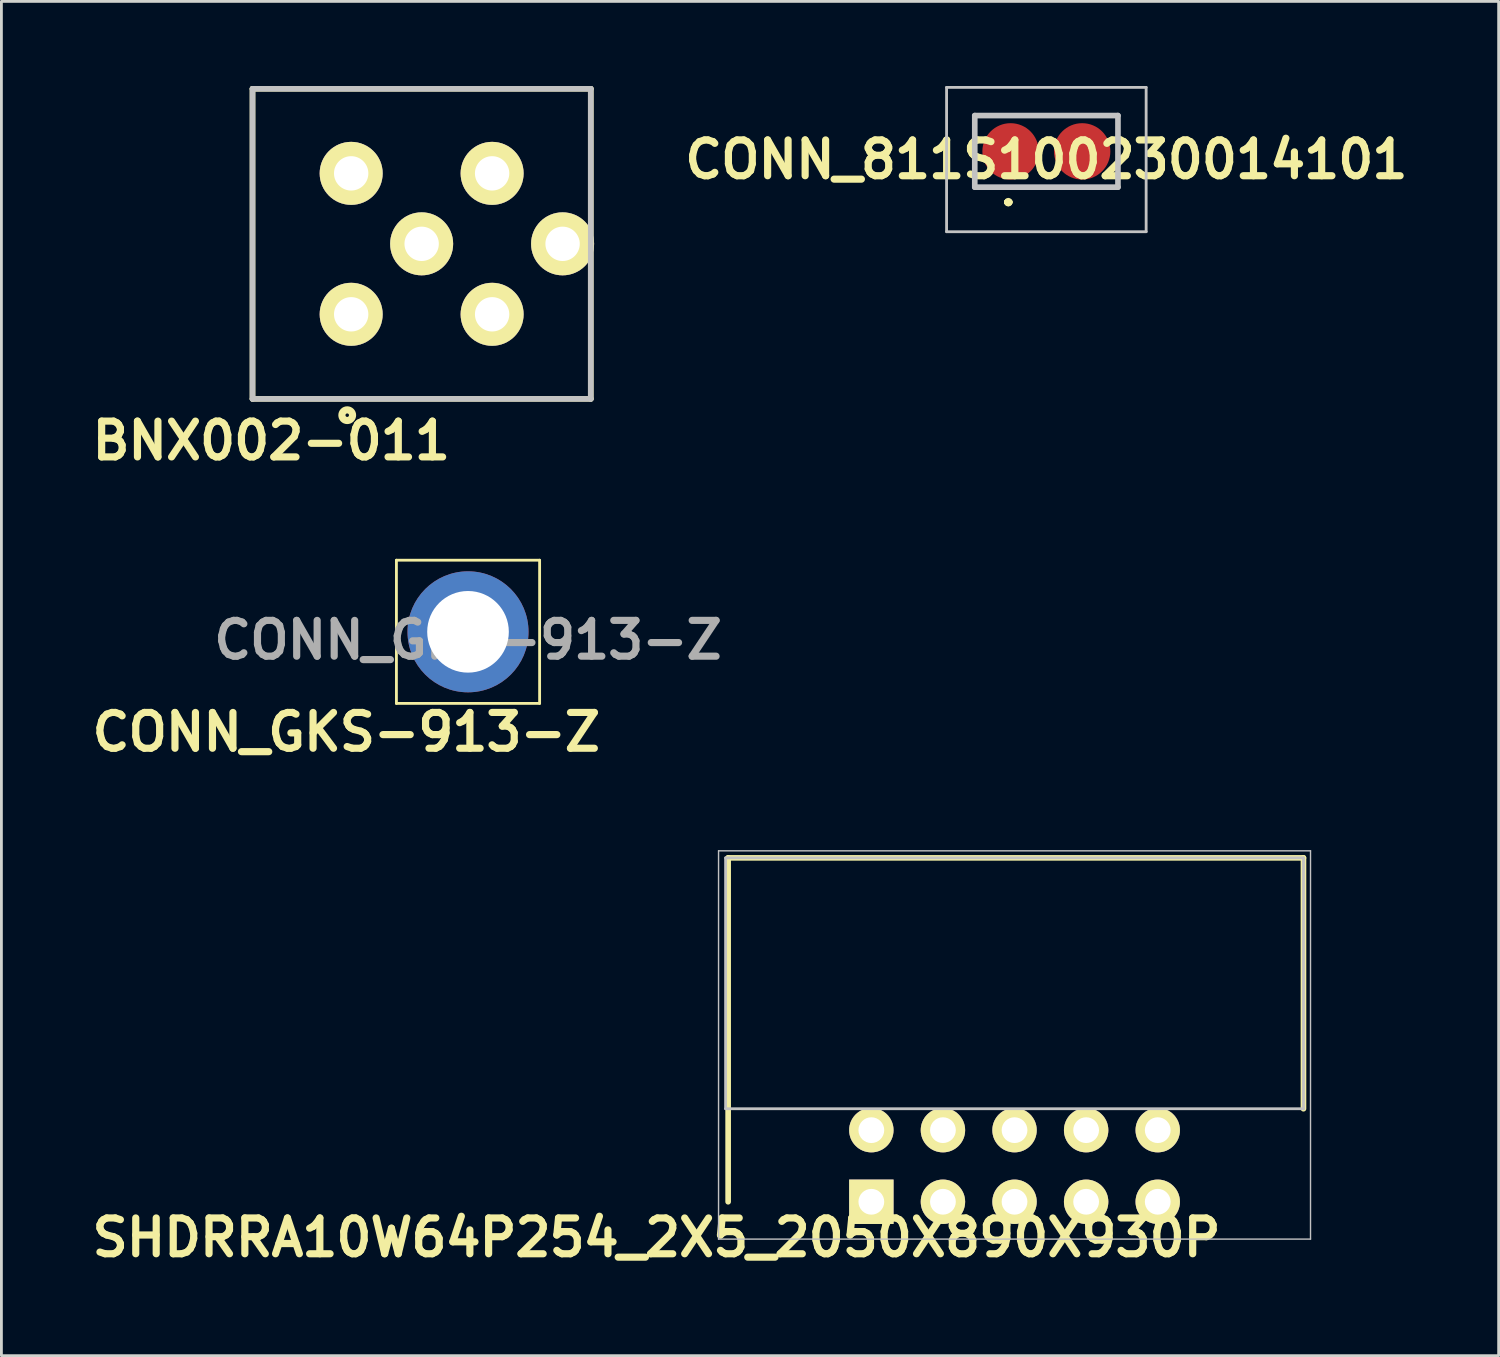
<source format=kicad_pcb>
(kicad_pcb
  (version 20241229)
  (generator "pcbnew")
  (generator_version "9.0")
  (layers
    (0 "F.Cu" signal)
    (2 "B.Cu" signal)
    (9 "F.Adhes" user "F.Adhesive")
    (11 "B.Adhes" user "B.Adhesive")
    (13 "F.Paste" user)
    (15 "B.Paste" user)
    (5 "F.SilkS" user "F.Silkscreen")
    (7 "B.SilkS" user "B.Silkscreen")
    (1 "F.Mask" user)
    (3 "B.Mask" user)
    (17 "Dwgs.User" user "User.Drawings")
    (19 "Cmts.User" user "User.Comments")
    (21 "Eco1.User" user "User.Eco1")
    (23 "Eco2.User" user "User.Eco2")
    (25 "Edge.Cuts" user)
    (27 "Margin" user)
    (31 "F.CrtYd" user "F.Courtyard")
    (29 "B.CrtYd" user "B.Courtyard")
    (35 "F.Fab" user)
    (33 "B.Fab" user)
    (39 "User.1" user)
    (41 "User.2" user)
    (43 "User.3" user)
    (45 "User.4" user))
  (footprint "SHDRRA10W64P254_2X5_2050X890X930P"
    (layer "F.Cu")
    (at 27.861 39.583)
    (property "Reference" "SHDRRA10W64P254_2X5_2050X890X930P" (at -7.62 1.27 0) (layer "F.SilkS") (effects (font (size 1.27 1.27) (thickness 0.254))))
    (attr through_hole)
    (fp_line (start -5.08 -12.2) (end 15.33 -12.2) (stroke (width 0.2) (type solid)) (layer "F.SilkS"))
    (fp_line (start -5.08 0) (end -5.08 -12.2) (stroke (width 0.2) (type solid)) (layer "F.SilkS"))
    (fp_line (start 15.33 -12.2) (end 15.33 -3.3) (stroke (width 0.2) (type solid)) (layer "F.SilkS"))
    (fp_line (start -5.42 -12.45) (end -5.42 1.325) (stroke (width 0.05) (type solid)) (layer "Dwgs.User"))
    (fp_line (start -5.42 1.325) (end 15.58 1.325) (stroke (width 0.05) (type solid)) (layer "Dwgs.User"))
    (fp_line (start -5.17 -12.2) (end 15.33 -12.2) (stroke (width 0.1) (type solid)) (layer "Dwgs.User"))
    (fp_line (start -5.17 -3.3) (end -5.17 -12.2) (stroke (width 0.1) (type solid)) (layer "Dwgs.User"))
    (fp_line (start 15.33 -12.2) (end 15.33 -3.3) (stroke (width 0.1) (type solid)) (layer "Dwgs.User"))
    (fp_line (start 15.33 -3.3) (end -5.17 -3.3) (stroke (width 0.1) (type solid)) (layer "Dwgs.User"))
    (fp_line (start 15.58 -12.45) (end -5.42 -12.45) (stroke (width 0.05) (type solid)) (layer "Dwgs.User"))
    (fp_line (start 15.58 1.325) (end 15.58 -12.45) (stroke (width 0.05) (type solid)) (layer "Dwgs.User"))
    (pad "1" thru_hole rect (at 0 0 90) (size 1.575 1.575) (drill 0.914) (layers "*.Cu" "*.Mask" "F.SilkS"))
    (pad "2" thru_hole circle (at 0 -2.54 90) (size 1.575 1.575) (drill 0.914) (layers "*.Cu" "*.Mask" "F.SilkS"))
    (pad "3" thru_hole circle (at 2.54 0 90) (size 1.575 1.575) (drill 0.914) (layers "*.Cu" "*.Mask" "F.SilkS"))
    (pad "4" thru_hole circle (at 2.54 -2.54 90) (size 1.575 1.575) (drill 0.914) (layers "*.Cu" "*.Mask" "F.SilkS"))
    (pad "5" thru_hole circle (at 5.08 0 90) (size 1.575 1.575) (drill 0.914) (layers "*.Cu" "*.Mask" "F.SilkS"))
    (pad "6" thru_hole circle (at 5.08 -2.54 90) (size 1.575 1.575) (drill 0.914) (layers "*.Cu" "*.Mask" "F.SilkS"))
    (pad "7" thru_hole circle (at 7.62 0 90) (size 1.575 1.575) (drill 0.914) (layers "*.Cu" "*.Mask" "F.SilkS"))
    (pad "8" thru_hole circle (at 7.62 -2.54 90) (size 1.575 1.575) (drill 0.914) (layers "*.Cu" "*.Mask" "F.SilkS"))
    (pad "9" thru_hole circle (at 10.16 0 90) (size 1.575 1.575) (drill 0.914) (layers "*.Cu" "*.Mask" "F.SilkS"))
    (pad "10" thru_hole circle (at 10.16 -2.54 90) (size 1.575 1.575) (drill 0.914) (layers "*.Cu" "*.Mask" "F.SilkS")))
  (footprint "CONN_811S100230014101"
    (layer "F.Cu")
    (at 34.07 2.32)
    (property "Reference" "CONN_811S100230014101" (at 0 0.29 0) (layer "F.SilkS") (effects (font (size 1.27 1.27) (thickness 0.254))))
    (attr smd)
    (fp_line (start -2.54 -1.27) (end 2.54 -1.27) (stroke (width 0.1) (type solid)) (layer "F.SilkS"))
    (fp_line (start -2.54 1.27) (end -2.54 -1.27) (stroke (width 0.1) (type solid)) (layer "F.SilkS"))
    (fp_line (start -1.4 1.8) (end -1.4 1.8) (stroke (width 0.2) (type solid)) (layer "F.SilkS"))
    (fp_line (start -1.4 1.8) (end -1.4 1.8) (stroke (width 0.2) (type solid)) (layer "F.SilkS"))
    (fp_line (start -1.3 1.8) (end -1.3 1.8) (stroke (width 0.2) (type solid)) (layer "F.SilkS"))
    (fp_line (start 2.54 -1.27) (end 2.54 1.27) (stroke (width 0.1) (type solid)) (layer "F.SilkS"))
    (fp_line (start 2.54 1.27) (end -2.54 1.27) (stroke (width 0.1) (type solid)) (layer "F.SilkS"))
    (fp_arc (start -1.4 1.8) (mid -1.35 1.75) (end -1.3 1.8) (stroke (width 0.2) (type solid)) (layer "F.SilkS"))
    (fp_arc (start -1.3 1.8) (mid -1.35 1.85) (end -1.4 1.8) (stroke (width 0.2) (type solid)) (layer "F.SilkS"))
    (fp_arc (start -1.3 1.8) (mid -1.35 1.85) (end -1.4 1.8) (stroke (width 0.2) (type solid)) (layer "F.SilkS"))
    (fp_line (start -3.54 -2.27) (end 3.54 -2.27) (stroke (width 0.1) (type solid)) (layer "Dwgs.User"))
    (fp_line (start -3.54 2.85) (end -3.54 -2.27) (stroke (width 0.1) (type solid)) (layer "Dwgs.User"))
    (fp_line (start -2.54 -1.27) (end -2.54 1.27) (stroke (width 0.2) (type solid)) (layer "Dwgs.User"))
    (fp_line (start -2.54 1.27) (end 2.54 1.27) (stroke (width 0.2) (type solid)) (layer "Dwgs.User"))
    (fp_line (start 2.54 -1.27) (end -2.54 -1.27) (stroke (width 0.2) (type solid)) (layer "Dwgs.User"))
    (fp_line (start 2.54 1.27) (end 2.54 -1.27) (stroke (width 0.2) (type solid)) (layer "Dwgs.User"))
    (fp_line (start 3.54 -2.27) (end 3.54 2.85) (stroke (width 0.1) (type solid)) (layer "Dwgs.User"))
    (fp_line (start 3.54 2.85) (end -3.54 2.85) (stroke (width 0.1) (type solid)) (layer "Dwgs.User"))
    (pad "1" smd circle (at -1.27 0 90) (size 2 2) (layers "F.Cu" "F.Mask" "F.Paste"))
    (pad "2" smd circle (at 1.27 0 90) (size 2 2) (layers "F.Cu" "F.Mask" "F.Paste")))
  (footprint "BNX002-011"
    (layer "F.Cu")
    (at 11.908 5.6)
    (property "Reference" "BNX002-011" (at -5.334 6.985 0) (layer "F.SilkS") (effects (font (size 1.27 1.27) (thickness 0.254))))
    (attr through_hole)
    (fp_line (start -6 -5.5) (end 6 -5.5) (stroke (width 0.2) (type solid)) (layer "F.SilkS"))
    (fp_line (start -6 5.5) (end -6 -5.5) (stroke (width 0.2) (type solid)) (layer "F.SilkS"))
    (fp_line (start 6 -5.5) (end 6 5.5) (stroke (width 0.2) (type solid)) (layer "F.SilkS"))
    (fp_line (start 6 5.5) (end -6 5.5) (stroke (width 0.2) (type solid)) (layer "F.SilkS"))
    (fp_circle (center -2.64 6.079) (end -2.702 6.079) (stroke (width 0.254) (type solid)) (fill no) (layer "F.SilkS"))
    (fp_line (start -6 -5.5) (end 6 -5.5) (stroke (width 0.2) (type solid)) (layer "Dwgs.User"))
    (fp_line (start -6 5.5) (end -6 -5.5) (stroke (width 0.2) (type solid)) (layer "Dwgs.User"))
    (fp_line (start 6 -5.5) (end 6 5.5) (stroke (width 0.2) (type solid)) (layer "Dwgs.User"))
    (fp_line (start 6 5.5) (end -6 5.5) (stroke (width 0.2) (type solid)) (layer "Dwgs.User"))
    (pad "1" thru_hole circle (at 2.5 -2.5 90) (size 2.235 2.235) (drill 1.219) (layers "*.Cu" "*.Mask" "F.SilkS"))
    (pad "2" thru_hole circle (at 2.5 2.5 90) (size 2.235 2.235) (drill 1.219) (layers "*.Cu" "*.Mask" "F.SilkS"))
    (pad "3" thru_hole circle (at -2.5 -2.5 90) (size 2.235 2.235) (drill 1.219) (layers "*.Cu" "*.Mask" "F.SilkS"))
    (pad "4" thru_hole circle (at -2.5 2.5 90) (size 2.235 2.235) (drill 1.219) (layers "*.Cu" "*.Mask" "F.SilkS"))
    (pad "5" thru_hole circle (at 0 0 90) (size 2.235 2.235) (drill 1.219) (layers "*.Cu" "*.Mask" "F.SilkS"))
    (pad "6" thru_hole circle (at 5 0 90) (size 2.235 2.235) (drill 1.219) (layers "*.Cu" "*.Mask" "F.SilkS")))
  (footprint "CONN_GKS-913-Z"
    (layer "F.Cu")
    (at 13.553 19.364)
    (property "Reference" "CONN_GKS-913-Z" (at -4.318 3.556 0) (layer "F.SilkS") (effects (font (size 1.27 1.27) (thickness 0.254))))
    (attr smd)
    (fp_line (start -2.54 -2.54) (end 2.54 -2.54) (stroke (width 0.1) (type solid)) (layer "F.SilkS"))
    (fp_line (start -2.54 2.54) (end -2.54 -2.54) (stroke (width 0.1) (type solid)) (layer "F.SilkS"))
    (fp_line (start 2.54 -2.54) (end 2.54 2.54) (stroke (width 0.1) (type solid)) (layer "F.SilkS"))
    (fp_line (start 2.54 2.54) (end -2.54 2.54) (stroke (width 0.1) (type solid)) (layer "F.SilkS"))
    (fp_line (start 0 1.27) (end 0 -1.27) (stroke (width 0.2) (type solid)) (layer "F.Fab"))
    (fp_text user "${REFERENCE}" (at 0 0.29 0) (layer "F.Fab") (effects (font (size 1.27 1.27) (thickness 0.254))))
    (pad "1" thru_hole circle (at 0 0) (size 4.293 4.293) (drill 2.896) (layers "*.Cu" "*.Mask")))
  (gr_rect
    (start -3 -3)
    (end 50.115 45.042)
    (stroke (width 0.1) (type default))
    (fill no)
    (layer "Edge.Cuts")))
</source>
